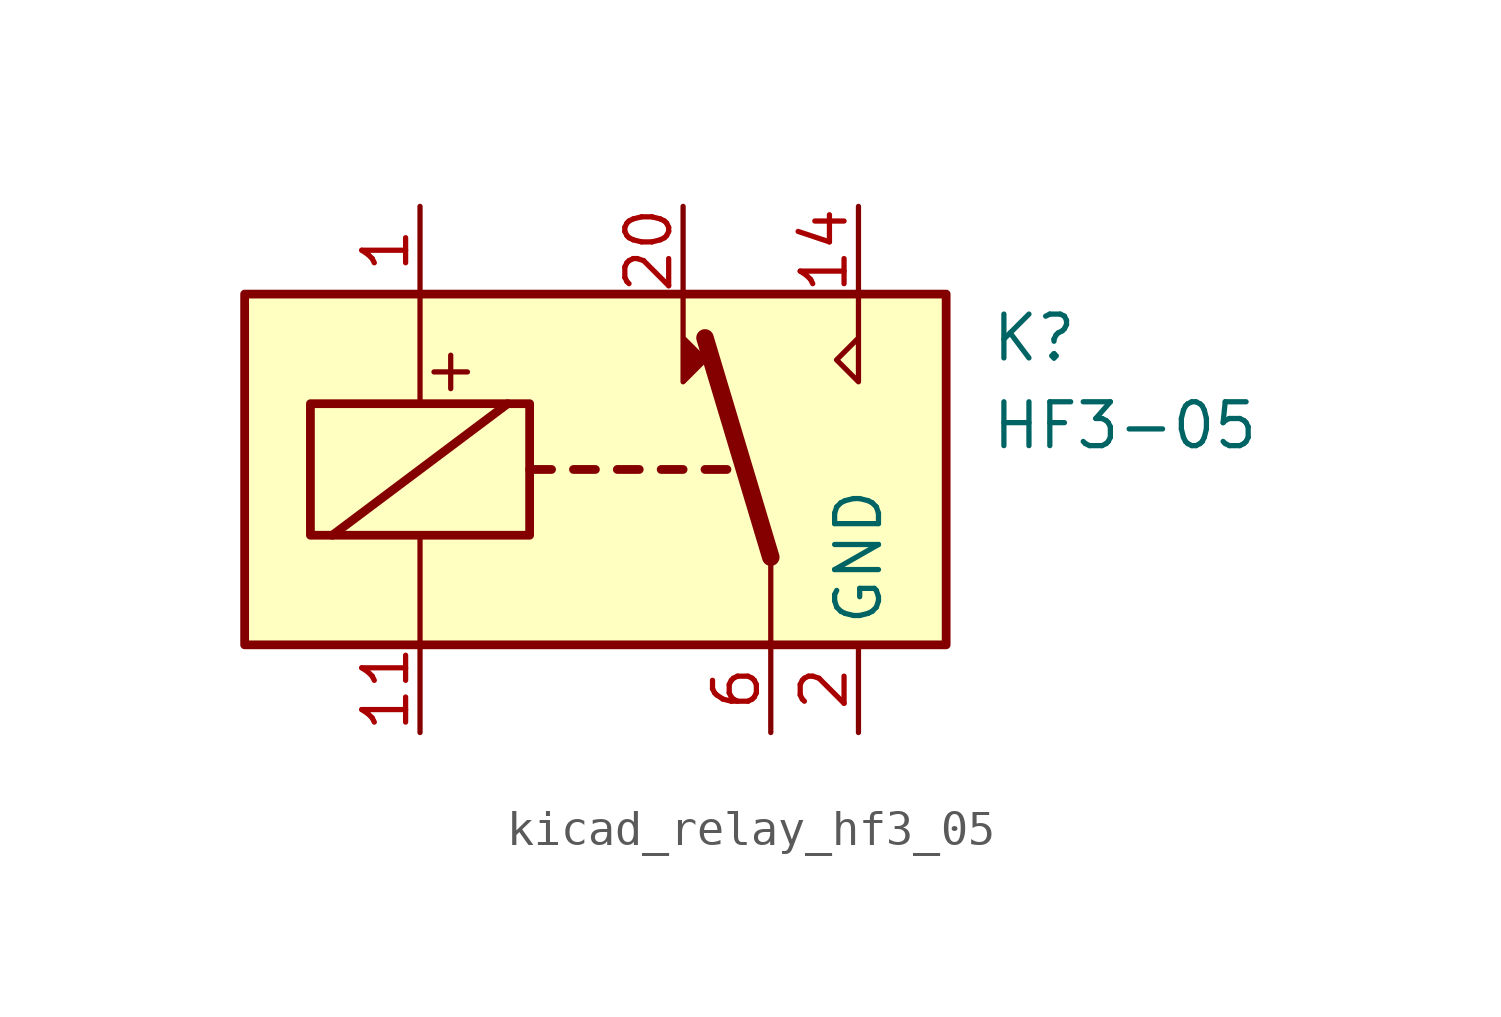
<source format=kicad_sym>
(kicad_symbol_lib
  (version 20220914)
  (generator kicad_symbol_editor)
  (symbol "kicad_relay_hf3_05"
    (property "Reference" "K"
      (at 11.43 3.81 0)
      (effects (font (size 1.27 1.27)) (justify left)))
    (property "Value" "HF3-05"
      (at 11.43 1.27 0)
      (effects (font (size 1.27 1.27)) (justify left)))
    (symbol "kicad_relay_hf3_05_0_0"
      (polyline (pts (xy 7.62 5.08) (xy 7.62 2.54) (xy 6.985 3.175) (xy 7.62 3.81)) (stroke (width 0) (type default)) (fill (type none)))
      (text "+" (at -4.191 2.921 0) (effects (font (size 1.27 1.27)))))
    (symbol "kicad_relay_hf3_05_0_1"
      (rectangle (start -10.16 5.08) (end 10.16 -5.08) (stroke (width 0.254) (type default)) (fill (type background)))
      (rectangle (start -8.255 1.905) (end -1.905 -1.905) (stroke (width 0.254) (type default)) (fill (type none)))
      (polyline (pts (xy -7.62 -1.905) (xy -2.54 1.905)) (stroke (width 0.254) (type default)) (fill (type none)))
      (polyline (pts (xy -5.08 -5.08) (xy -5.08 -1.905)) (stroke (width 0) (type default)) (fill (type none)))
      (polyline (pts (xy -5.08 5.08) (xy -5.08 1.905)) (stroke (width 0) (type default)) (fill (type none)))
      (polyline (pts (xy -1.905 0) (xy -1.27 0)) (stroke (width 0.254) (type default)) (fill (type none)))
      (polyline (pts (xy -0.635 0) (xy 0 0)) (stroke (width 0.254) (type default)) (fill (type none)))
      (polyline (pts (xy 0.635 0) (xy 1.27 0)) (stroke (width 0.254) (type default)) (fill (type none)))
      (polyline (pts (xy 1.905 0) (xy 2.54 0)) (stroke (width 0.254) (type default)) (fill (type none)))
      (polyline (pts (xy 3.175 0) (xy 3.81 0)) (stroke (width 0.254) (type default)) (fill (type none)))
      (polyline (pts (xy 5.08 -2.54) (xy 3.175 3.81)) (stroke (width 0.508) (type default)) (fill (type none)))
      (polyline (pts (xy 5.08 -2.54) (xy 5.08 -5.08)) (stroke (width 0) (type default)) (fill (type none)))
      (polyline (pts (xy 2.54 5.08) (xy 2.54 2.54) (xy 3.175 3.175) (xy 2.54 3.81)) (stroke (width 0) (type default)) (fill (type outline))))
    (symbol "kicad_relay_hf3_05_1_1"
      (pin passive line (at -5.08 7.62 270) (length 2.54) (name "~" (effects (font (size 1.27 1.27)))) (number "1" (effects (font (size 1.27 1.27)))))
      (pin passive line (at 7.62 -7.62 90) (length 2.54) hide (name "GND" (effects (font (size 1.27 1.27)))) (number "10" (effects (font (size 1.27 1.27)))))
      (pin passive line (at -5.08 -7.62 90) (length 2.54) (name "~" (effects (font (size 1.27 1.27)))) (number "11" (effects (font (size 1.27 1.27)))))
      (pin passive line (at 7.62 -7.62 90) (length 2.54) hide (name "GND" (effects (font (size 1.27 1.27)))) (number "12" (effects (font (size 1.27 1.27)))))
      (pin passive line (at 7.62 -7.62 90) (length 2.54) hide (name "GND" (effects (font (size 1.27 1.27)))) (number "13" (effects (font (size 1.27 1.27)))))
      (pin passive line (at 7.62 7.62 270) (length 2.54) (name "~" (effects (font (size 1.27 1.27)))) (number "14" (effects (font (size 1.27 1.27)))))
      (pin passive line (at 7.62 -7.62 90) (length 2.54) hide (name "GND" (effects (font (size 1.27 1.27)))) (number "15" (effects (font (size 1.27 1.27)))))
      (pin passive line (at 7.62 -7.62 90) (length 2.54) hide (name "GND" (effects (font (size 1.27 1.27)))) (number "17" (effects (font (size 1.27 1.27)))))
      (pin passive line (at 7.62 -7.62 90) (length 2.54) hide (name "GND" (effects (font (size 1.27 1.27)))) (number "19" (effects (font (size 1.27 1.27)))))
      (pin power_in line (at 7.62 -7.62 90) (length 2.54) (name "GND" (effects (font (size 1.27 1.27)))) (number "2" (effects (font (size 1.27 1.27)))))
      (pin passive line (at 2.54 7.62 270) (length 2.54) (name "~" (effects (font (size 1.27 1.27)))) (number "20" (effects (font (size 1.27 1.27)))))
      (pin passive line (at 7.62 -7.62 90) (length 2.54) hide (name "GND" (effects (font (size 1.27 1.27)))) (number "21" (effects (font (size 1.27 1.27)))))
      (pin passive line (at 7.62 -7.62 90) (length 2.54) hide (name "GND" (effects (font (size 1.27 1.27)))) (number "22" (effects (font (size 1.27 1.27)))))
      (pin passive line (at 7.62 -7.62 90) (length 2.54) hide (name "GND" (effects (font (size 1.27 1.27)))) (number "5" (effects (font (size 1.27 1.27)))))
      (pin passive line (at 5.08 -7.62 90) (length 2.54) (name "~" (effects (font (size 1.27 1.27)))) (number "6" (effects (font (size 1.27 1.27)))))
      (pin passive line (at 7.62 -7.62 90) (length 2.54) hide (name "GND" (effects (font (size 1.27 1.27)))) (number "7" (effects (font (size 1.27 1.27))))))))
</source>
